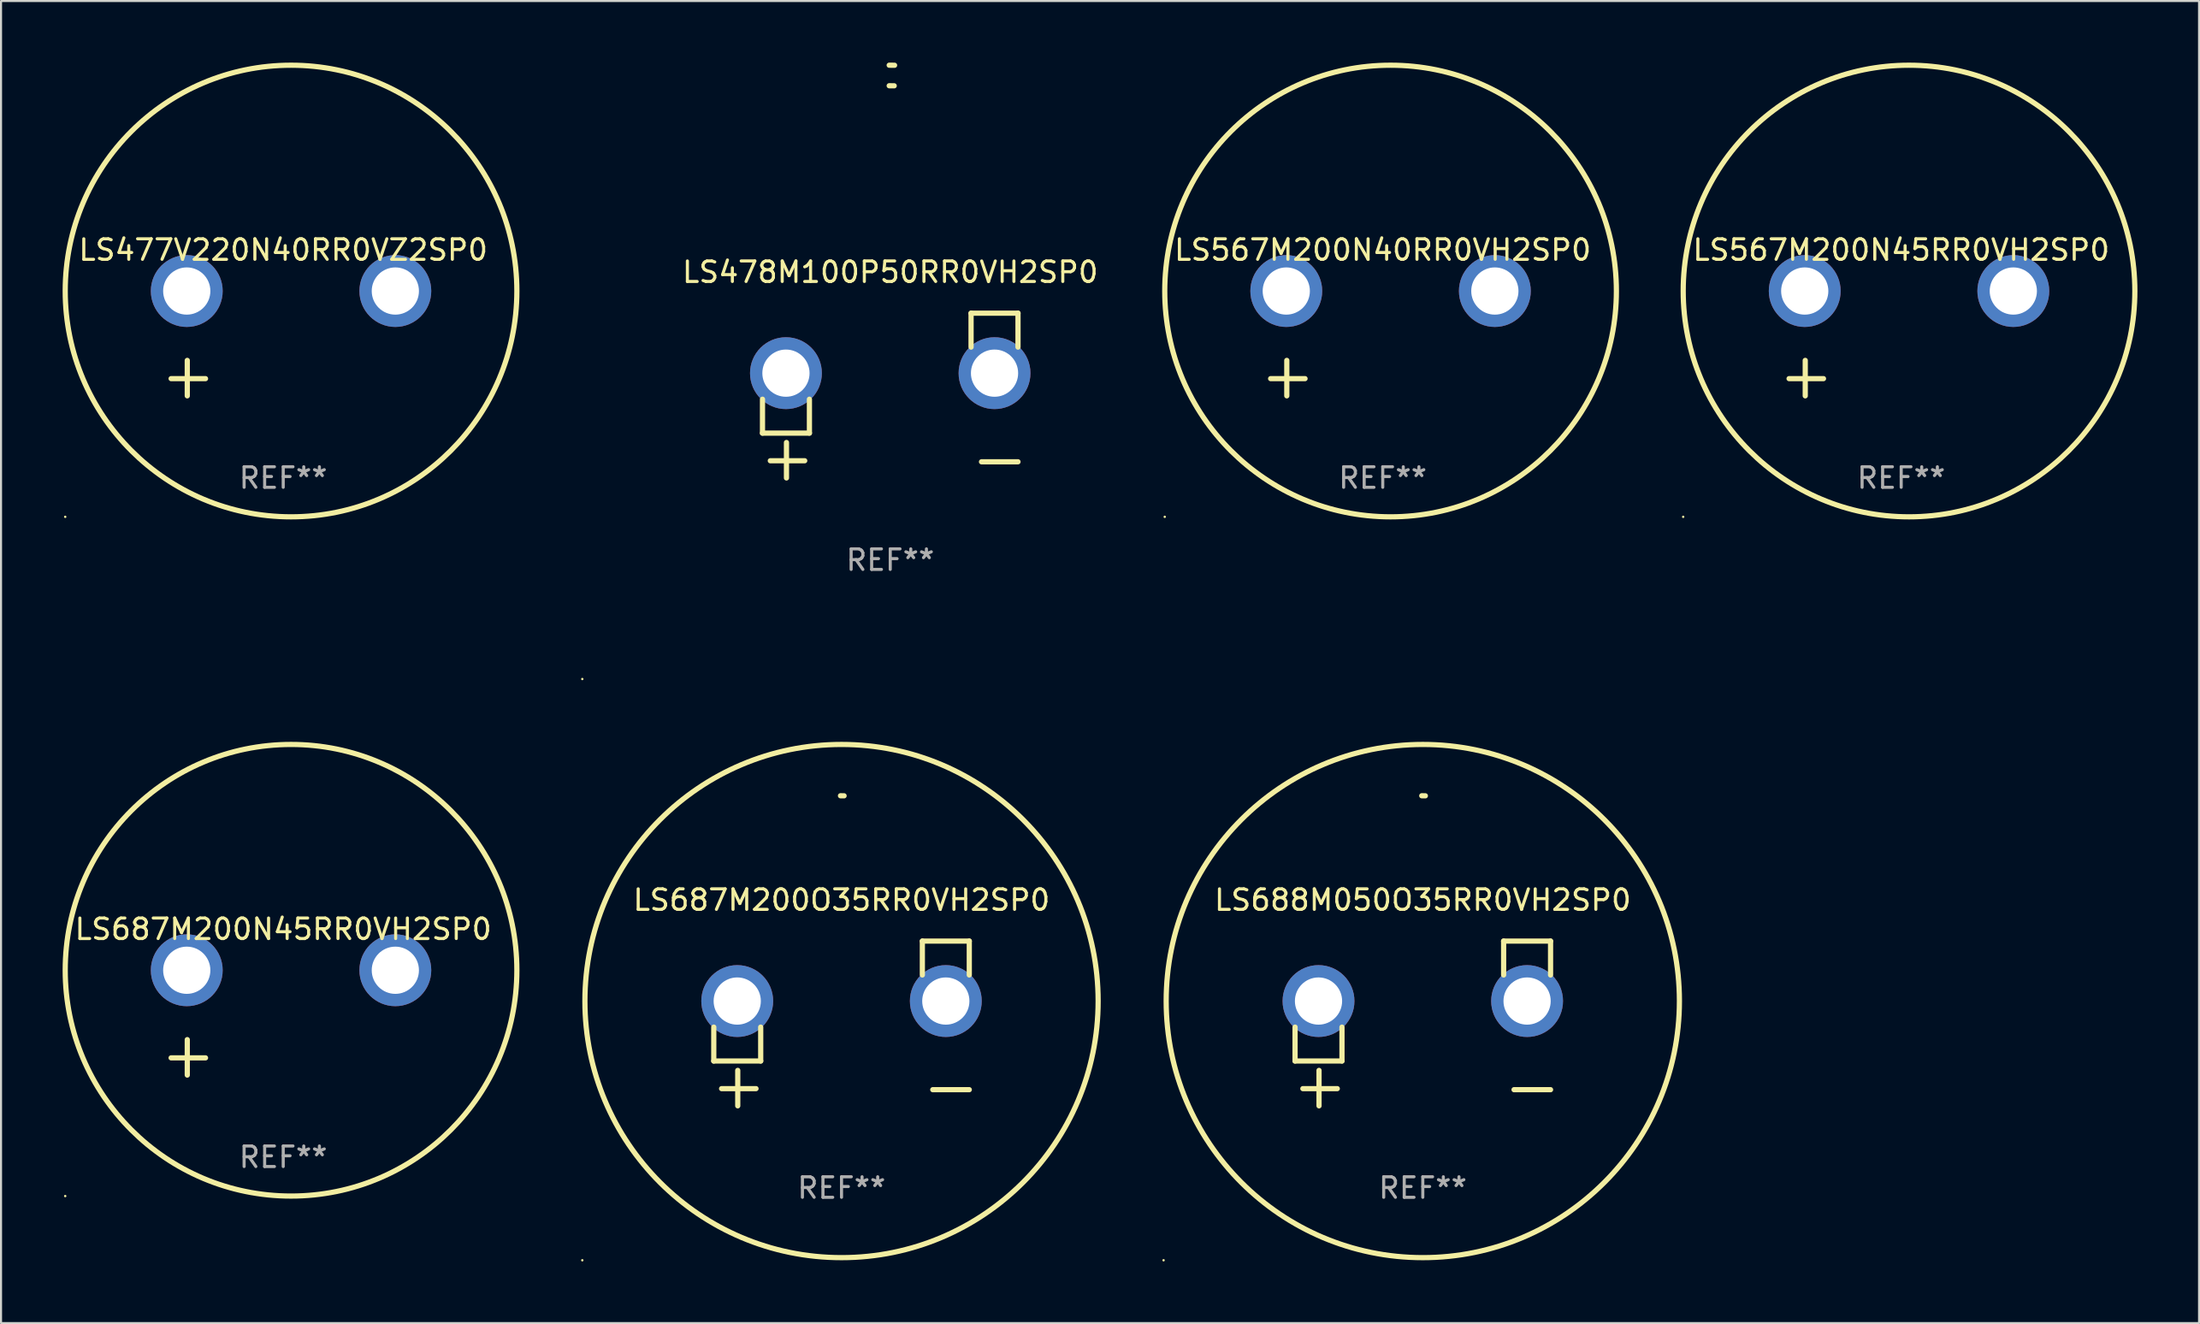
<source format=kicad_pcb>
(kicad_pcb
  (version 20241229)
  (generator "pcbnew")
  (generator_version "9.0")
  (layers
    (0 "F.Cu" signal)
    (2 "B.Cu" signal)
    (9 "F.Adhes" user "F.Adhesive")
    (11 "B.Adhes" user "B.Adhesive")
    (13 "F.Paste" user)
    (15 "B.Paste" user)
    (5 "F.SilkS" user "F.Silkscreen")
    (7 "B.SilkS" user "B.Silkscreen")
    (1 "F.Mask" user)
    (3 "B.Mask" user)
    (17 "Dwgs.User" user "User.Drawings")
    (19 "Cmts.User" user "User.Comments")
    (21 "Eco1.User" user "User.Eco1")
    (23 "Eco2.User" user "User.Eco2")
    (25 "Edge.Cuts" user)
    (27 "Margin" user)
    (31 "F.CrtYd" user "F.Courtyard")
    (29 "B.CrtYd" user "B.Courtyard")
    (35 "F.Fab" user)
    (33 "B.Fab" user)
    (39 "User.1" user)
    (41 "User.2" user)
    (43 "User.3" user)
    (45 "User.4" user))
  (footprint "LS687M200N45RR0VH2SP0"
    (layer "F.Cu")
    (at 10.746 46.768)
    (property "Reference" "LS687M200N45RR0VH2SP0" (at 0 -4.553 0) (layer "F.SilkS") (effects (font (size 1 1) (thickness 0.15))))
    (attr through_hole)
    (fp_line (start -4.674 2.553) (end -4.674 0.826) (stroke (width 0.254) (type solid)) (layer "F.SilkS"))
    (fp_line (start -3.785 1.715) (end -5.461 1.715) (stroke (width 0.254) (type solid)) (layer "F.SilkS"))
    (fp_circle (center -10.619 8.447) (end -10.589 8.447) (stroke (width 0.06) (type solid)) (fill no) (layer "F.SilkS"))
    (fp_circle (center 0.381 -2.553) (end 11.381 -2.553) (stroke (width 0.254) (type solid)) (fill no) (layer "F.SilkS"))
    (fp_text user "REF**" (at 0 6.553 0) (layer "F.Fab") (effects (font (size 1 1) (thickness 0.15))))
    (pad "1" thru_hole circle (at -4.699 -2.553) (size 3.5 3.5) (drill 2.3) (layers "*.Cu" "*.Mask"))
    (pad "2" thru_hole circle (at 5.461 -2.553) (size 3.5 3.5) (drill 2.3) (layers "*.Cu" "*.Mask")))
  (footprint "LS478M100P50RR0VH2SP0"
    (layer "F.Cu")
    (at 40.314 16.22)
    (property "Reference" "LS478M100P50RR0VH2SP0" (at 0 -6.013 0) (layer "F.SilkS") (effects (font (size 1 1) (thickness 0.15))))
    (attr through_hole)
    (fp_line (start -6.223 0.178) (end -6.223 1.829) (stroke (width 0.254) (type solid)) (layer "F.SilkS"))
    (fp_line (start -6.223 1.829) (end -3.937 1.829) (stroke (width 0.254) (type solid)) (layer "F.SilkS"))
    (fp_line (start -5.055 4.013) (end -5.055 2.286) (stroke (width 0.254) (type solid)) (layer "F.SilkS"))
    (fp_line (start -4.166 3.175) (end -5.842 3.175) (stroke (width 0.254) (type solid)) (layer "F.SilkS"))
    (fp_line (start -3.937 1.829) (end -3.937 0.178) (stroke (width 0.254) (type solid)) (layer "F.SilkS"))
    (fp_line (start 3.937 -4.013) (end 3.937 -2.362) (stroke (width 0.254) (type solid)) (layer "F.SilkS"))
    (fp_line (start 6.223 -4.013) (end 3.937 -4.013) (stroke (width 0.254) (type solid)) (layer "F.SilkS"))
    (fp_line (start 6.223 -2.362) (end 6.223 -4.013) (stroke (width 0.254) (type solid)) (layer "F.SilkS"))
    (fp_line (start 6.223 3.226) (end 4.445 3.226) (stroke (width 0.254) (type solid)) (layer "F.SilkS"))
    (fp_arc (start -0.0508 -16.093472) (mid 0.080016 -16.092762) (end 0.210821 -16.090932) (stroke (width 0.254001) (type solid)) (layer "F.SilkS"))
    (fp_arc (start -0.0508 -15.09271) (mid 0.071125 -15.091961) (end 0.19304 -15.09017) (stroke (width 0.254001) (type solid)) (layer "F.SilkS"))
    (fp_circle (center -15 13.808) (end -14.97 13.808) (stroke (width 0.06) (type solid)) (fill no) (layer "F.SilkS"))
    (fp_text user "REF**" (at 0 8.013 0) (layer "F.Fab") (effects (font (size 1 1) (thickness 0.15))))
    (pad "1" thru_hole circle (at -5.08 -1.092) (size 3.5 3.5) (drill 2.3) (layers "*.Cu" "*.Mask"))
    (pad "2" thru_hole circle (at 5.08 -1.092) (size 3.5 3.5) (drill 2.3) (layers "*.Cu" "*.Mask")))
  (footprint "LS687M200O35RR0VH2SP0"
    (layer "F.Cu")
    (at 37.941 46.807)
    (property "Reference" "LS687M200O35RR0VH2SP0" (at 0 -6.013 0) (layer "F.SilkS") (effects (font (size 1 1) (thickness 0.15))))
    (attr through_hole)
    (fp_line (start -6.223 0.178) (end -6.223 1.829) (stroke (width 0.254) (type solid)) (layer "F.SilkS"))
    (fp_line (start -6.223 1.829) (end -3.937 1.829) (stroke (width 0.254) (type solid)) (layer "F.SilkS"))
    (fp_line (start -5.055 4.013) (end -5.055 2.286) (stroke (width 0.254) (type solid)) (layer "F.SilkS"))
    (fp_line (start -4.166 3.175) (end -5.842 3.175) (stroke (width 0.254) (type solid)) (layer "F.SilkS"))
    (fp_line (start -3.937 1.829) (end -3.937 0.178) (stroke (width 0.254) (type solid)) (layer "F.SilkS"))
    (fp_line (start 3.937 -4.013) (end 3.937 -2.362) (stroke (width 0.254) (type solid)) (layer "F.SilkS"))
    (fp_line (start 6.223 -4.013) (end 3.937 -4.013) (stroke (width 0.254) (type solid)) (layer "F.SilkS"))
    (fp_line (start 6.223 -2.362) (end 6.223 -4.013) (stroke (width 0.254) (type solid)) (layer "F.SilkS"))
    (fp_line (start 6.223 3.226) (end 4.445 3.226) (stroke (width 0.254) (type solid)) (layer "F.SilkS"))
    (fp_arc (start -0.0508 -11.092202) (mid 0.036835 -11.091307) (end 0.12446 -11.089662) (stroke (width 0.254001) (type solid)) (layer "F.SilkS"))
    (fp_circle (center -12.627 11.535) (end -12.597 11.535) (stroke (width 0.06) (type solid)) (fill no) (layer "F.SilkS"))
    (fp_circle (center 0 -1.092) (end 12.5 -1.092) (stroke (width 0.254) (type solid)) (fill no) (layer "F.SilkS"))
    (fp_text user "REF**" (at 0 8.013 0) (layer "F.Fab") (effects (font (size 1 1) (thickness 0.15))))
    (pad "1" thru_hole circle (at -5.08 -1.092) (size 3.5 3.5) (drill 2.3) (layers "*.Cu" "*.Mask"))
    (pad "2" thru_hole circle (at 5.08 -1.092) (size 3.5 3.5) (drill 2.3) (layers "*.Cu" "*.Mask")))
  (footprint "LS567M200N40RR0VH2SP0"
    (layer "F.Cu")
    (at 64.304 13.68)
    (property "Reference" "LS567M200N40RR0VH2SP0" (at 0 -4.553 0) (layer "F.SilkS") (effects (font (size 1 1) (thickness 0.15))))
    (attr through_hole)
    (fp_line (start -4.674 2.553) (end -4.674 0.826) (stroke (width 0.254) (type solid)) (layer "F.SilkS"))
    (fp_line (start -3.785 1.715) (end -5.461 1.715) (stroke (width 0.254) (type solid)) (layer "F.SilkS"))
    (fp_circle (center -10.619 8.447) (end -10.589 8.447) (stroke (width 0.06) (type solid)) (fill no) (layer "F.SilkS"))
    (fp_circle (center 0.381 -2.553) (end 11.381 -2.553) (stroke (width 0.254) (type solid)) (fill no) (layer "F.SilkS"))
    (fp_text user "REF**" (at 0 6.553 0) (layer "F.Fab") (effects (font (size 1 1) (thickness 0.15))))
    (pad "1" thru_hole circle (at -4.699 -2.553) (size 3.5 3.5) (drill 2.3) (layers "*.Cu" "*.Mask"))
    (pad "2" thru_hole circle (at 5.461 -2.553) (size 3.5 3.5) (drill 2.3) (layers "*.Cu" "*.Mask")))
  (footprint "LS477V220N40RR0VZ2SP0"
    (layer "F.Cu")
    (at 10.746 13.68)
    (property "Reference" "LS477V220N40RR0VZ2SP0" (at 0 -4.553 0) (layer "F.SilkS") (effects (font (size 1 1) (thickness 0.15))))
    (attr through_hole)
    (fp_line (start -4.674 2.553) (end -4.674 0.826) (stroke (width 0.254) (type solid)) (layer "F.SilkS"))
    (fp_line (start -3.785 1.715) (end -5.461 1.715) (stroke (width 0.254) (type solid)) (layer "F.SilkS"))
    (fp_circle (center -10.619 8.447) (end -10.589 8.447) (stroke (width 0.06) (type solid)) (fill no) (layer "F.SilkS"))
    (fp_circle (center 0.381 -2.553) (end 11.381 -2.553) (stroke (width 0.254) (type solid)) (fill no) (layer "F.SilkS"))
    (fp_text user "REF**" (at 0 6.553 0) (layer "F.Fab") (effects (font (size 1 1) (thickness 0.15))))
    (pad "1" thru_hole circle (at -4.699 -2.553) (size 3.5 3.5) (drill 2.3) (layers "*.Cu" "*.Mask"))
    (pad "2" thru_hole circle (at 5.461 -2.553) (size 3.5 3.5) (drill 2.3) (layers "*.Cu" "*.Mask")))
  (footprint "LS567M200N45RR0VH2SP0"
    (layer "F.Cu")
    (at 89.558 13.68)
    (property "Reference" "LS567M200N45RR0VH2SP0" (at 0 -4.553 0) (layer "F.SilkS") (effects (font (size 1 1) (thickness 0.15))))
    (attr through_hole)
    (fp_line (start -4.674 2.553) (end -4.674 0.826) (stroke (width 0.254) (type solid)) (layer "F.SilkS"))
    (fp_line (start -3.785 1.715) (end -5.461 1.715) (stroke (width 0.254) (type solid)) (layer "F.SilkS"))
    (fp_circle (center -10.619 8.447) (end -10.589 8.447) (stroke (width 0.06) (type solid)) (fill no) (layer "F.SilkS"))
    (fp_circle (center 0.381 -2.553) (end 11.381 -2.553) (stroke (width 0.254) (type solid)) (fill no) (layer "F.SilkS"))
    (fp_text user "REF**" (at 0 6.553 0) (layer "F.Fab") (effects (font (size 1 1) (thickness 0.15))))
    (pad "1" thru_hole circle (at -4.699 -2.553) (size 3.5 3.5) (drill 2.3) (layers "*.Cu" "*.Mask"))
    (pad "2" thru_hole circle (at 5.461 -2.553) (size 3.5 3.5) (drill 2.3) (layers "*.Cu" "*.Mask")))
  (footprint "LS688M050O35RR0VH2SP0"
    (layer "F.Cu")
    (at 66.255 46.807)
    (property "Reference" "LS688M050O35RR0VH2SP0" (at 0 -6.013 0) (layer "F.SilkS") (effects (font (size 1 1) (thickness 0.15))))
    (attr through_hole)
    (fp_line (start -6.223 0.178) (end -6.223 1.829) (stroke (width 0.254) (type solid)) (layer "F.SilkS"))
    (fp_line (start -6.223 1.829) (end -3.937 1.829) (stroke (width 0.254) (type solid)) (layer "F.SilkS"))
    (fp_line (start -5.055 4.013) (end -5.055 2.286) (stroke (width 0.254) (type solid)) (layer "F.SilkS"))
    (fp_line (start -4.166 3.175) (end -5.842 3.175) (stroke (width 0.254) (type solid)) (layer "F.SilkS"))
    (fp_line (start -3.937 1.829) (end -3.937 0.178) (stroke (width 0.254) (type solid)) (layer "F.SilkS"))
    (fp_line (start 3.937 -4.013) (end 3.937 -2.362) (stroke (width 0.254) (type solid)) (layer "F.SilkS"))
    (fp_line (start 6.223 -4.013) (end 3.937 -4.013) (stroke (width 0.254) (type solid)) (layer "F.SilkS"))
    (fp_line (start 6.223 -2.362) (end 6.223 -4.013) (stroke (width 0.254) (type solid)) (layer "F.SilkS"))
    (fp_line (start 6.223 3.226) (end 4.445 3.226) (stroke (width 0.254) (type solid)) (layer "F.SilkS"))
    (fp_arc (start -0.0508 -11.092202) (mid 0.036835 -11.091307) (end 0.12446 -11.089662) (stroke (width 0.254001) (type solid)) (layer "F.SilkS"))
    (fp_circle (center -12.627 11.535) (end -12.597 11.535) (stroke (width 0.06) (type solid)) (fill no) (layer "F.SilkS"))
    (fp_circle (center 0 -1.092) (end 12.5 -1.092) (stroke (width 0.254) (type solid)) (fill no) (layer "F.SilkS"))
    (fp_text user "REF**" (at 0 8.013 0) (layer "F.Fab") (effects (font (size 1 1) (thickness 0.15))))
    (pad "1" thru_hole circle (at -5.08 -1.092) (size 3.5 3.5) (drill 2.3) (layers "*.Cu" "*.Mask"))
    (pad "2" thru_hole circle (at 5.08 -1.092) (size 3.5 3.5) (drill 2.3) (layers "*.Cu" "*.Mask")))
  (gr_rect
    (start -3 -3)
    (end 104.066 61.402)
    (stroke (width 0.1) (type default))
    (fill no)
    (layer "Edge.Cuts")))
</source>
